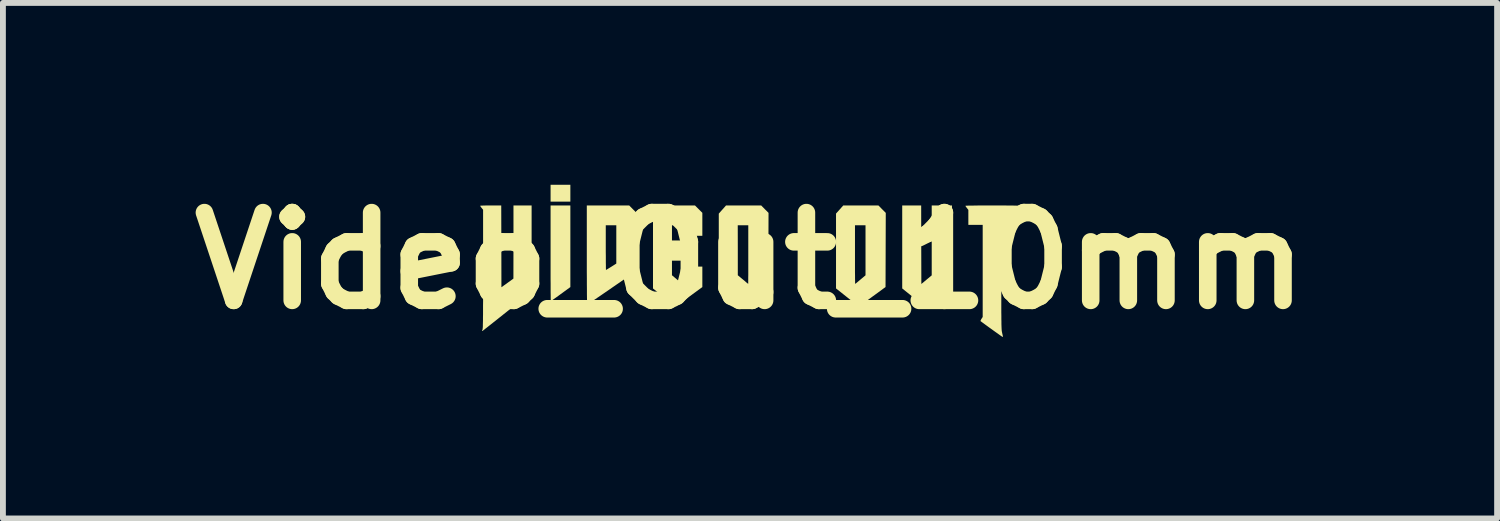
<source format=kicad_pcb>
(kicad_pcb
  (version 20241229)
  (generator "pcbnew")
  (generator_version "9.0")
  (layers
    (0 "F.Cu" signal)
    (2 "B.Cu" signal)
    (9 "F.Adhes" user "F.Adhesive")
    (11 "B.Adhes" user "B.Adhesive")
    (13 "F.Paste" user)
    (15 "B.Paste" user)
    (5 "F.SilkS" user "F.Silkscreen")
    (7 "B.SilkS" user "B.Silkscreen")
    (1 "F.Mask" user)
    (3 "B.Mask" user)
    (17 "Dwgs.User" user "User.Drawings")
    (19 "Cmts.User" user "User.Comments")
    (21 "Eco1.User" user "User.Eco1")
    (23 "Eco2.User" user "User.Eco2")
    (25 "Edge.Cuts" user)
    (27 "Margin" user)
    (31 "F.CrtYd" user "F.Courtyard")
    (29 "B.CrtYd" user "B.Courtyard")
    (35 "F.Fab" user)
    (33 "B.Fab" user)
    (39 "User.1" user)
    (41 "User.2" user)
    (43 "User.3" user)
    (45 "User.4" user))
  (footprint "Video_Out_10mm"
    (layer "F.Cu")
    (at 9.764 1.404)
    (property "Reference" "Video_Out_10mm" (at 0 0 0) (layer "F.SilkS") (effects (font (size 1.5 1.5) (thickness 0.3))))
    (attr board_only exclude_from_pos_files exclude_from_bom)
    (fp_poly (pts (xy -3.069 -1.153) (xy -3.069 -1.009) (xy -3.238 -1.009) (xy -3.407 -1.009) (xy -3.407 -1.153) (xy -3.407 -1.297) (xy -3.238 -1.297) (xy -3.069 -1.297)) (stroke (width 0) (type solid)) (fill yes) (layer "F.SilkS"))
    (fp_poly (pts (xy -3.069 -0.246) (xy -3.069 0.451) (xy -3.234 0.571) (xy -3.276 0.602) (xy -3.315 0.63) (xy -3.349 0.654) (xy -3.376 0.673) (xy -3.394 0.686) (xy -3.403 0.691) (xy -3.403 0.692) (xy -3.404 0.684) (xy -3.404 0.664) (xy -3.405 0.631) (xy -3.405 0.586) (xy -3.406 0.53) (xy -3.406 0.465) (xy -3.406 0.39) (xy -3.407 0.308) (xy -3.407 0.218) (xy -3.407 0.122) (xy -3.407 0.021) (xy -3.407 -0.085) (xy -3.407 -0.126) (xy -3.407 -0.944) (xy -3.238 -0.944) (xy -3.069 -0.944)) (stroke (width 0) (type solid)) (fill yes) (layer "F.SilkS"))
    (fp_poly (pts (xy 2.926 -0.273) (xy 2.928 0.398) (xy 3.017 0.324) (xy 3.105 0.251) (xy 3.105 -0.346) (xy 3.105 -0.944) (xy 3.278 -0.944) (xy 3.451 -0.944) (xy 3.449 -0.247) (xy 3.447 0.449) (xy 3.218 0.617) (xy 3.168 0.654) (xy 3.121 0.688) (xy 3.079 0.718) (xy 3.044 0.744) (xy 3.016 0.764) (xy 2.997 0.778) (xy 2.988 0.784) (xy 2.987 0.785) (xy 2.982 0.78) (xy 2.966 0.768) (xy 2.942 0.748) (xy 2.91 0.723) (xy 2.872 0.693) (xy 2.83 0.659) (xy 2.793 0.629) (xy 2.601 0.474) (xy 2.601 -0.235) (xy 2.601 -0.944) (xy 2.763 -0.944) (xy 2.925 -0.944)) (stroke (width 0) (type solid)) (fill yes) (layer "F.SilkS"))
    (fp_poly (pts (xy 0.254 -0.88) (xy 0.317 -0.817) (xy 0.315 -0.184) (xy 0.313 0.45) (xy 0.144 0.574) (xy 0.097 0.609) (xy 0.051 0.642) (xy 0.008 0.674) (xy -0.031 0.702) (xy -0.062 0.725) (xy -0.084 0.741) (xy -0.084 0.741) (xy -0.143 0.784) (xy -0.338 0.629) (xy -0.533 0.473) (xy -0.533 -0.165) (xy -0.533 -0.605) (xy -0.209 -0.605) (xy -0.208 -0.178) (xy -0.208 0.249) (xy -0.12 0.322) (xy -0.09 0.347) (xy -0.065 0.369) (xy -0.045 0.385) (xy -0.033 0.394) (xy -0.031 0.396) (xy -0.03 0.389) (xy -0.03 0.369) (xy -0.03 0.337) (xy -0.03 0.293) (xy -0.029 0.24) (xy -0.029 0.179) (xy -0.029 0.109) (xy -0.029 0.034) (xy -0.029 -0.047) (xy -0.029 -0.104) (xy -0.029 -0.605) (xy -0.119 -0.605) (xy -0.209 -0.605) (xy -0.533 -0.605) (xy -0.533 -0.804) (xy -0.471 -0.874) (xy -0.409 -0.944) (xy -0.109 -0.944) (xy 0.191 -0.944)) (stroke (width 0) (type solid)) (fill yes) (layer "F.SilkS"))
    (fp_poly (pts (xy 2.257 -0.88) (xy 2.32 -0.817) (xy 2.318 -0.184) (xy 2.316 0.45) (xy 2.147 0.574) (xy 2.1 0.608) (xy 2.054 0.642) (xy 2.01 0.674) (xy 1.972 0.702) (xy 1.941 0.725) (xy 1.919 0.741) (xy 1.919 0.741) (xy 1.86 0.784) (xy 1.665 0.629) (xy 1.47 0.474) (xy 1.47 -0.104) (xy 1.794 -0.104) (xy 1.794 -0.021) (xy 1.794 0.058) (xy 1.794 0.132) (xy 1.794 0.199) (xy 1.795 0.258) (xy 1.795 0.308) (xy 1.796 0.348) (xy 1.796 0.377) (xy 1.797 0.393) (xy 1.797 0.396) (xy 1.804 0.392) (xy 1.819 0.38) (xy 1.842 0.361) (xy 1.869 0.338) (xy 1.887 0.323) (xy 1.974 0.25) (xy 1.974 -0.178) (xy 1.974 -0.605) (xy 1.884 -0.605) (xy 1.794 -0.605) (xy 1.794 -0.104) (xy 1.47 -0.104) (xy 1.47 -0.165) (xy 1.47 -0.805) (xy 1.532 -0.874) (xy 1.594 -0.944) (xy 1.894 -0.944) (xy 2.194 -0.944)) (stroke (width 0) (type solid)) (fill yes) (layer "F.SilkS"))
    (fp_poly (pts (xy -0.877 -0.881) (xy -0.814 -0.818) (xy -0.814 -0.621) (xy -0.814 -0.425) (xy -0.983 -0.425) (xy -1.153 -0.425) (xy -1.153 -0.515) (xy -1.153 -0.605) (xy -1.243 -0.605) (xy -1.333 -0.605) (xy -1.333 -0.475) (xy -1.333 -0.346) (xy -1.243 -0.346) (xy -1.153 -0.346) (xy -1.153 -0.173) (xy -1.153 0) (xy -1.243 0) (xy -1.333 0) (xy -1.333 0.124) (xy -1.333 0.249) (xy -1.244 0.324) (xy -1.156 0.399) (xy -1.154 0.25) (xy -1.152 0.101) (xy -0.983 0.101) (xy -0.814 0.101) (xy -0.814 0.276) (xy -0.814 0.451) (xy -1.035 0.612) (xy -1.085 0.649) (xy -1.131 0.683) (xy -1.172 0.713) (xy -1.207 0.739) (xy -1.235 0.759) (xy -1.254 0.773) (xy -1.263 0.779) (xy -1.264 0.779) (xy -1.271 0.776) (xy -1.288 0.765) (xy -1.314 0.746) (xy -1.346 0.722) (xy -1.385 0.692) (xy -1.428 0.658) (xy -1.464 0.63) (xy -1.657 0.475) (xy -1.657 -0.167) (xy -1.657 -0.809) (xy -1.597 -0.876) (xy -1.538 -0.943) (xy -1.239 -0.943) (xy -0.94 -0.944)) (stroke (width 0) (type solid)) (fill yes) (layer "F.SilkS"))
    (fp_poly (pts (xy -2.001 -0.88) (xy -1.938 -0.817) (xy -1.94 -0.321) (xy -1.941 0.174) (xy -2.358 0.462) (xy -2.427 0.51) (xy -2.493 0.555) (xy -2.554 0.597) (xy -2.61 0.635) (xy -2.66 0.669) (xy -2.703 0.698) (xy -2.737 0.721) (xy -2.762 0.738) (xy -2.777 0.747) (xy -2.781 0.749) (xy -2.782 0.742) (xy -2.783 0.721) (xy -2.784 0.685) (xy -2.785 0.636) (xy -2.786 0.573) (xy -2.786 0.497) (xy -2.787 0.407) (xy -2.787 0.304) (xy -2.788 0.188) (xy -2.788 0.06) (xy -2.788 -0.081) (xy -2.788 -0.097) (xy -2.788 -0.223) (xy -2.464 -0.223) (xy -2.464 -0.151) (xy -2.463 -0.083) (xy -2.463 -0.02) (xy -2.463 0.035) (xy -2.462 0.081) (xy -2.462 0.118) (xy -2.461 0.144) (xy -2.461 0.157) (xy -2.46 0.158) (xy -2.453 0.155) (xy -2.437 0.145) (xy -2.412 0.13) (xy -2.382 0.111) (xy -2.37 0.104) (xy -2.284 0.049) (xy -2.284 -0.278) (xy -2.284 -0.605) (xy -2.374 -0.605) (xy -2.464 -0.605) (xy -2.464 -0.223) (xy -2.788 -0.223) (xy -2.788 -0.944) (xy -2.426 -0.944) (xy -2.064 -0.944)) (stroke (width 0) (type solid)) (fill yes) (layer "F.SilkS"))
    (fp_poly (pts (xy -4.248 -0.245) (xy -4.247 0.454) (xy -4.144 0.38) (xy -4.042 0.306) (xy -4.041 -0.319) (xy -4.041 -0.944) (xy -3.886 -0.944) (xy -3.731 -0.944) (xy -3.731 -0.205) (xy -3.731 0.533) (xy -4.146 0.865) (xy -4.214 0.919) (xy -4.278 0.97) (xy -4.338 1.018) (xy -4.394 1.062) (xy -4.443 1.101) (xy -4.486 1.135) (xy -4.521 1.162) (xy -4.547 1.183) (xy -4.564 1.196) (xy -4.571 1.201) (xy -4.577 1.201) (xy -4.577 1.195) (xy -4.571 1.179) (xy -4.569 1.174) (xy -4.568 1.166) (xy -4.567 1.154) (xy -4.565 1.139) (xy -4.564 1.118) (xy -4.564 1.092) (xy -4.563 1.059) (xy -4.562 1.02) (xy -4.562 0.973) (xy -4.561 0.917) (xy -4.561 0.852) (xy -4.561 0.777) (xy -4.56 0.692) (xy -4.56 0.596) (xy -4.56 0.488) (xy -4.56 0.367) (xy -4.56 0.233) (xy -4.56 0.142) (xy -4.56 -0.87) (xy -4.585 -0.901) (xy -4.599 -0.919) (xy -4.608 -0.933) (xy -4.61 -0.938) (xy -4.603 -0.94) (xy -4.584 -0.941) (xy -4.554 -0.942) (xy -4.516 -0.943) (xy -4.47 -0.944) (xy -4.43 -0.944) (xy -4.25 -0.944)) (stroke (width 0) (type solid)) (fill yes) (layer "F.SilkS"))
    (fp_poly (pts (xy 4.226 -0.944) (xy 4.302 -0.943) (xy 4.372 -0.943) (xy 4.436 -0.942) (xy 4.491 -0.942) (xy 4.538 -0.941) (xy 4.574 -0.94) (xy 4.598 -0.94) (xy 4.609 -0.939) (xy 4.61 -0.938) (xy 4.606 -0.93) (xy 4.595 -0.915) (xy 4.585 -0.901) (xy 4.56 -0.87) (xy 4.56 -0.741) (xy 4.56 -0.612) (xy 4.427 -0.612) (xy 4.293 -0.612) (xy 4.294 0.279) (xy 4.294 0.411) (xy 4.294 0.53) (xy 4.294 0.635) (xy 4.294 0.729) (xy 4.294 0.811) (xy 4.294 0.883) (xy 4.295 0.946) (xy 4.295 0.999) (xy 4.296 1.045) (xy 4.296 1.083) (xy 4.297 1.115) (xy 4.298 1.142) (xy 4.299 1.163) (xy 4.3 1.181) (xy 4.301 1.195) (xy 4.303 1.207) (xy 4.305 1.218) (xy 4.307 1.227) (xy 4.308 1.232) (xy 4.315 1.264) (xy 4.32 1.285) (xy 4.321 1.297) (xy 4.321 1.302) (xy 4.318 1.304) (xy 4.317 1.303) (xy 4.31 1.299) (xy 4.293 1.288) (xy 4.267 1.27) (xy 4.234 1.246) (xy 4.194 1.218) (xy 4.151 1.187) (xy 4.129 1.171) (xy 4.084 1.139) (xy 4.043 1.109) (xy 4.006 1.082) (xy 3.976 1.06) (xy 3.955 1.044) (xy 3.942 1.035) (xy 3.94 1.033) (xy 3.94 1.023) (xy 3.949 1.004) (xy 3.955 0.994) (xy 3.976 0.962) (xy 3.976 0.175) (xy 3.976 -0.612) (xy 3.854 -0.612) (xy 3.731 -0.612) (xy 3.731 -0.74) (xy 3.731 -0.868) (xy 3.706 -0.9) (xy 3.692 -0.918) (xy 3.683 -0.932) (xy 3.681 -0.937) (xy 3.688 -0.939) (xy 3.708 -0.94) (xy 3.74 -0.941) (xy 3.784 -0.941) (xy 3.836 -0.942) (xy 3.897 -0.943) (xy 3.965 -0.943) (xy 4.04 -0.944) (xy 4.119 -0.944) (xy 4.146 -0.944)) (stroke (width 0) (type solid)) (fill yes) (layer "F.SilkS")))
  (gr_rect
    (start -3 -3)
    (end 22.529 5.808)
    (stroke (width 0.1) (type default))
    (fill no)
    (layer "Edge.Cuts")))
</source>
